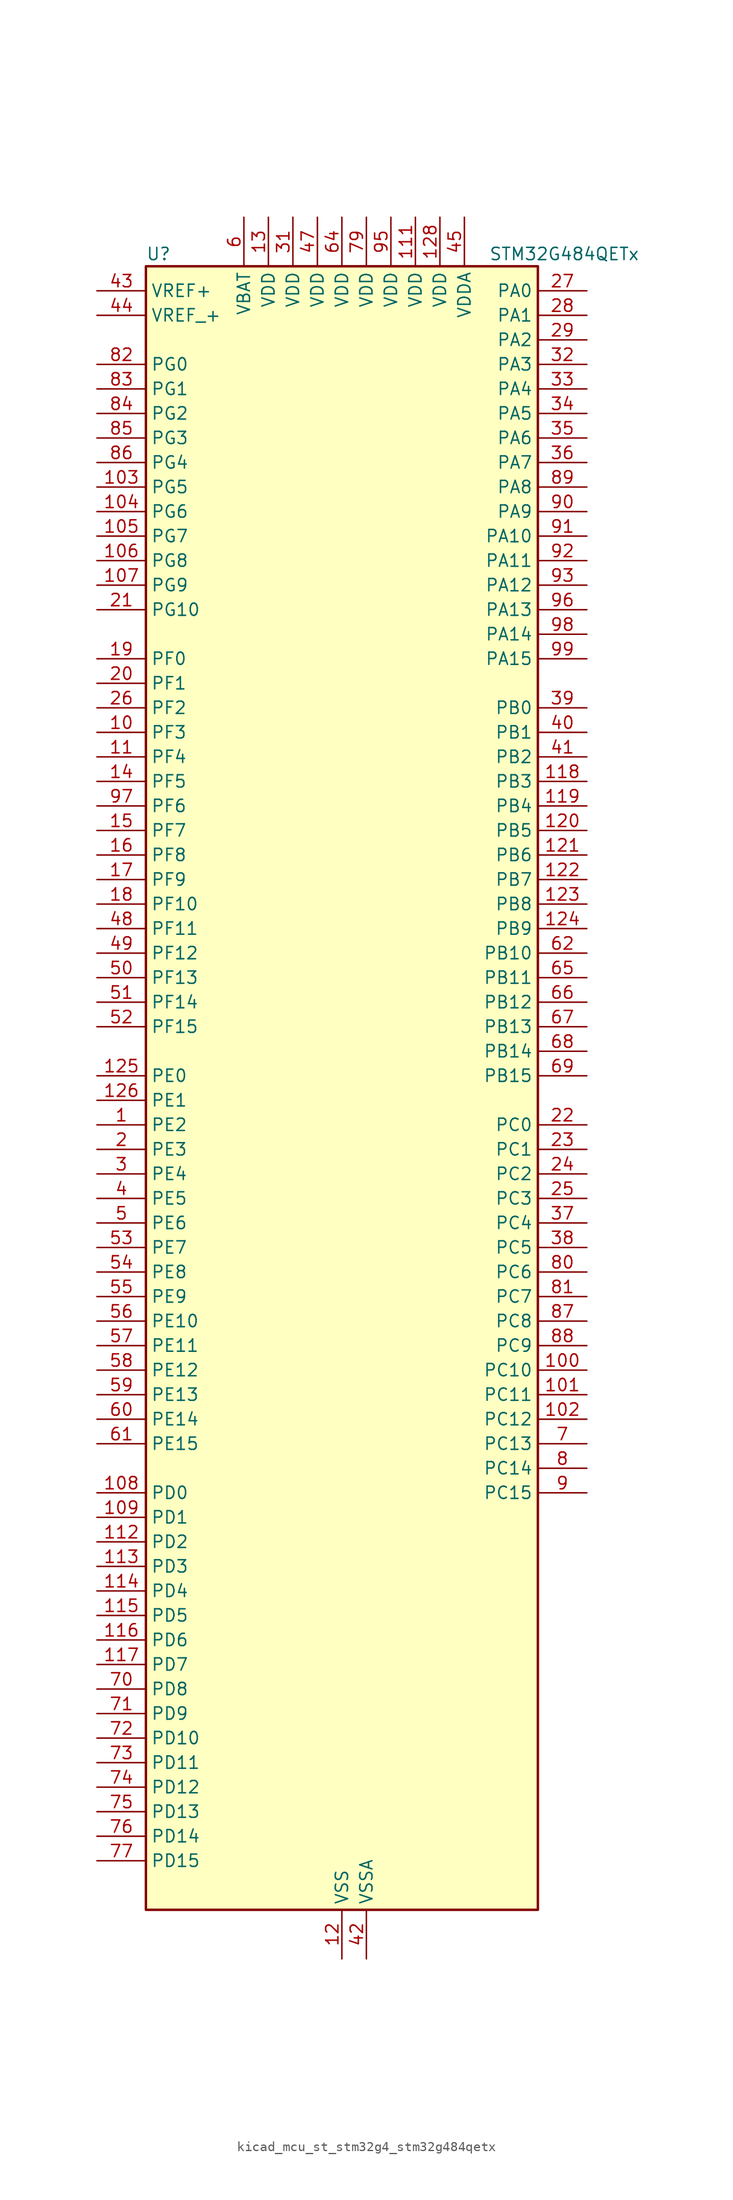
<source format=kicad_sym>
(kicad_symbol_lib
  (version 20220914)
  (generator kicad_symbol_editor)
  (symbol "kicad_mcu_st_stm32g4_stm32g484qetx"
    (property "Reference" "U"
      (at -20.32 87.63 0)
      (effects (font (size 1.27 1.27)) (justify left)))
    (property "Value" "STM32G484QETx"
      (at 15.24 87.63 0)
      (effects (font (size 1.27 1.27)) (justify left)))
    (property "ki_locked" ""
      (at 0 0 0)
      (effects (font (size 1.27 1.27))))
    (symbol "kicad_mcu_st_stm32g4_stm32g484qetx_0_1"
      (rectangle (start -20.32 -83.82) (end 20.32 86.36) (stroke (width 0.254) (type default)) (fill (type background))))
    (symbol "kicad_mcu_st_stm32g4_stm32g484qetx_1_1"
      (pin bidirectional line (at -25.4 -2.54 0) (length 5.08) (name "PE2" (effects (font (size 1.27 1.27)))) (number "1" (effects (font (size 1.27 1.27)))) (alternate "ADC3_EXTI2" bidirectional line) (alternate "ADC4_EXTI2" bidirectional line) (alternate "ADC5_EXTI2" bidirectional line) (alternate "FMC_A23" bidirectional line) (alternate "SAI1_CK1" bidirectional line) (alternate "SAI1_MCLK_A" bidirectional line) (alternate "SPI4_SCK" bidirectional line) (alternate "SYS_TRACECLK" bidirectional line) (alternate "TIM20_CH1" bidirectional line) (alternate "TIM3_CH1" bidirectional line))
      (pin bidirectional line (at -25.4 38.1 0) (length 5.08) (name "PF3" (effects (font (size 1.27 1.27)))) (number "10" (effects (font (size 1.27 1.27)))) (alternate "ADC3_EXTI3" bidirectional line) (alternate "ADC4_EXTI3" bidirectional line) (alternate "ADC5_EXTI3" bidirectional line) (alternate "FMC_A3" bidirectional line) (alternate "I2C3_SCL" bidirectional line) (alternate "TIM20_CH4" bidirectional line))
      (pin bidirectional line (at 25.4 -27.94 180) (length 5.08) (name "PC10" (effects (font (size 1.27 1.27)))) (number "100" (effects (font (size 1.27 1.27)))) (alternate "DAC1_EXTI10" bidirectional line) (alternate "DAC2_EXTI10" bidirectional line) (alternate "DAC3_EXTI10" bidirectional line) (alternate "DAC4_EXTI10" bidirectional line) (alternate "HRTIM1_FLT6" bidirectional line) (alternate "I2S3_CK" bidirectional line) (alternate "SPI3_SCK" bidirectional line) (alternate "TIM8_CH1N" bidirectional line) (alternate "UART4_TX" bidirectional line) (alternate "USART3_TX" bidirectional line))
      (pin bidirectional line (at 25.4 -30.48 180) (length 5.08) (name "PC11" (effects (font (size 1.27 1.27)))) (number "101" (effects (font (size 1.27 1.27)))) (alternate "ADC1_EXTI11" bidirectional line) (alternate "ADC2_EXTI11" bidirectional line) (alternate "HRTIM1_EEV2" bidirectional line) (alternate "I2C3_SDA" bidirectional line) (alternate "SPI3_MISO" bidirectional line) (alternate "TIM8_CH2N" bidirectional line) (alternate "UART4_RX" bidirectional line) (alternate "USART3_RX" bidirectional line))
      (pin bidirectional line (at 25.4 -33.02 180) (length 5.08) (name "PC12" (effects (font (size 1.27 1.27)))) (number "102" (effects (font (size 1.27 1.27)))) (alternate "HRTIM1_EEV1" bidirectional line) (alternate "I2S3_SD" bidirectional line) (alternate "SPI3_MOSI" bidirectional line) (alternate "TIM5_CH2" bidirectional line) (alternate "TIM8_CH3N" bidirectional line) (alternate "UART5_TX" bidirectional line) (alternate "UCPD1_FRSTX1" bidirectional line) (alternate "UCPD1_FRSTX2" bidirectional line) (alternate "USART3_CK" bidirectional line))
      (pin bidirectional line (at -25.4 63.5 0) (length 5.08) (name "PG5" (effects (font (size 1.27 1.27)))) (number "103" (effects (font (size 1.27 1.27)))) (alternate "FMC_A15" bidirectional line) (alternate "LPUART1_CTS" bidirectional line) (alternate "SPI1_NSS" bidirectional line) (alternate "TIM20_ETR" bidirectional line))
      (pin bidirectional line (at -25.4 60.96 0) (length 5.08) (name "PG6" (effects (font (size 1.27 1.27)))) (number "104" (effects (font (size 1.27 1.27)))) (alternate "FMC_INT" bidirectional line) (alternate "I2C3_SMBA" bidirectional line) (alternate "LPUART1_DE" bidirectional line) (alternate "LPUART1_RTS" bidirectional line) (alternate "TIM20_BKIN" bidirectional line))
      (pin bidirectional line (at -25.4 58.42 0) (length 5.08) (name "PG7" (effects (font (size 1.27 1.27)))) (number "105" (effects (font (size 1.27 1.27)))) (alternate "FMC_INT" bidirectional line) (alternate "I2C3_SCL" bidirectional line) (alternate "LPUART1_TX" bidirectional line) (alternate "SAI1_CK1" bidirectional line) (alternate "SAI1_MCLK_A" bidirectional line))
      (pin bidirectional line (at -25.4 55.88 0) (length 5.08) (name "PG8" (effects (font (size 1.27 1.27)))) (number "106" (effects (font (size 1.27 1.27)))) (alternate "FMC_NE3" bidirectional line) (alternate "I2C3_SDA" bidirectional line) (alternate "LPUART1_RX" bidirectional line))
      (pin bidirectional line (at -25.4 53.34 0) (length 5.08) (name "PG9" (effects (font (size 1.27 1.27)))) (number "107" (effects (font (size 1.27 1.27)))) (alternate "DAC1_EXTI9" bidirectional line) (alternate "DAC2_EXTI9" bidirectional line) (alternate "DAC3_EXTI9" bidirectional line) (alternate "DAC4_EXTI9" bidirectional line) (alternate "FMC_NCE" bidirectional line) (alternate "FMC_NE2" bidirectional line) (alternate "SPI3_SCK" bidirectional line) (alternate "TIM15_CH1N" bidirectional line) (alternate "USART1_TX" bidirectional line))
      (pin bidirectional line (at -25.4 -40.64 0) (length 5.08) (name "PD0" (effects (font (size 1.27 1.27)))) (number "108" (effects (font (size 1.27 1.27)))) (alternate "FDCAN1_RX" bidirectional line) (alternate "FMC_D2" bidirectional line) (alternate "FMC_DA2" bidirectional line) (alternate "TIM8_CH4N" bidirectional line))
      (pin bidirectional line (at -25.4 -43.18 0) (length 5.08) (name "PD1" (effects (font (size 1.27 1.27)))) (number "109" (effects (font (size 1.27 1.27)))) (alternate "FDCAN1_TX" bidirectional line) (alternate "FMC_D3" bidirectional line) (alternate "FMC_DA3" bidirectional line) (alternate "TIM8_BKIN2" bidirectional line) (alternate "TIM8_CH4" bidirectional line))
      (pin bidirectional line (at -25.4 35.56 0) (length 5.08) (name "PF4" (effects (font (size 1.27 1.27)))) (number "11" (effects (font (size 1.27 1.27)))) (alternate "COMP1_OUT" bidirectional line) (alternate "FMC_A4" bidirectional line) (alternate "I2C3_SDA" bidirectional line) (alternate "TIM20_CH1N" bidirectional line))
      (pin passive line (at 0 -88.9 90) (length 5.08) hide (name "VSS" (effects (font (size 1.27 1.27)))) (number "110" (effects (font (size 1.27 1.27)))))
      (pin power_in line (at 7.62 91.44 270) (length 5.08) (name "VDD" (effects (font (size 1.27 1.27)))) (number "111" (effects (font (size 1.27 1.27)))))
      (pin bidirectional line (at -25.4 -45.72 0) (length 5.08) (name "PD2" (effects (font (size 1.27 1.27)))) (number "112" (effects (font (size 1.27 1.27)))) (alternate "ADC3_EXTI2" bidirectional line) (alternate "ADC4_EXTI2" bidirectional line) (alternate "ADC5_EXTI2" bidirectional line) (alternate "TIM3_ETR" bidirectional line) (alternate "TIM8_BKIN" bidirectional line) (alternate "UART5_RX" bidirectional line))
      (pin bidirectional line (at -25.4 -48.26 0) (length 5.08) (name "PD3" (effects (font (size 1.27 1.27)))) (number "113" (effects (font (size 1.27 1.27)))) (alternate "ADC3_EXTI3" bidirectional line) (alternate "ADC4_EXTI3" bidirectional line) (alternate "ADC5_EXTI3" bidirectional line) (alternate "FMC_CLK" bidirectional line) (alternate "QUADSPI1_BK2_NCS" bidirectional line) (alternate "TIM2_CH1" bidirectional line) (alternate "TIM2_ETR" bidirectional line) (alternate "USART2_CTS" bidirectional line) (alternate "USART2_NSS" bidirectional line))
      (pin bidirectional line (at -25.4 -50.8 0) (length 5.08) (name "PD4" (effects (font (size 1.27 1.27)))) (number "114" (effects (font (size 1.27 1.27)))) (alternate "FMC_NOE" bidirectional line) (alternate "QUADSPI1_BK2_IO0" bidirectional line) (alternate "TIM2_CH2" bidirectional line) (alternate "USART2_DE" bidirectional line) (alternate "USART2_RTS" bidirectional line))
      (pin bidirectional line (at -25.4 -53.34 0) (length 5.08) (name "PD5" (effects (font (size 1.27 1.27)))) (number "115" (effects (font (size 1.27 1.27)))) (alternate "FMC_NWE" bidirectional line) (alternate "QUADSPI1_BK2_IO1" bidirectional line) (alternate "USART2_TX" bidirectional line))
      (pin bidirectional line (at -25.4 -55.88 0) (length 5.08) (name "PD6" (effects (font (size 1.27 1.27)))) (number "116" (effects (font (size 1.27 1.27)))) (alternate "FMC_NWAIT" bidirectional line) (alternate "QUADSPI1_BK2_IO2" bidirectional line) (alternate "SAI1_D1" bidirectional line) (alternate "SAI1_SD_A" bidirectional line) (alternate "TIM2_CH4" bidirectional line) (alternate "USART2_RX" bidirectional line))
      (pin bidirectional line (at -25.4 -58.42 0) (length 5.08) (name "PD7" (effects (font (size 1.27 1.27)))) (number "117" (effects (font (size 1.27 1.27)))) (alternate "FMC_NCE" bidirectional line) (alternate "FMC_NE1" bidirectional line) (alternate "QUADSPI1_BK2_IO3" bidirectional line) (alternate "TIM2_CH3" bidirectional line) (alternate "USART2_CK" bidirectional line))
      (pin bidirectional line (at 25.4 33.02 180) (length 5.08) (name "PB3" (effects (font (size 1.27 1.27)))) (number "118" (effects (font (size 1.27 1.27)))) (alternate "ADC3_EXTI3" bidirectional line) (alternate "ADC4_EXTI3" bidirectional line) (alternate "ADC5_EXTI3" bidirectional line) (alternate "CRS_SYNC" bidirectional line) (alternate "FDCAN3_RX" bidirectional line) (alternate "HRTIM1_EEV9" bidirectional line) (alternate "HRTIM1_SCOUT" bidirectional line) (alternate "I2S3_CK" bidirectional line) (alternate "SAI1_SCK_B" bidirectional line) (alternate "SPI1_SCK" bidirectional line) (alternate "SPI3_SCK" bidirectional line) (alternate "SYS_JTDO-SWO" bidirectional line) (alternate "TIM2_CH2" bidirectional line) (alternate "TIM3_ETR" bidirectional line) (alternate "TIM4_ETR" bidirectional line) (alternate "TIM8_CH1N" bidirectional line) (alternate "USART2_TX" bidirectional line))
      (pin bidirectional line (at 25.4 30.48 180) (length 5.08) (name "PB4" (effects (font (size 1.27 1.27)))) (number "119" (effects (font (size 1.27 1.27)))) (alternate "FDCAN3_TX" bidirectional line) (alternate "HRTIM1_EEV7" bidirectional line) (alternate "SAI1_MCLK_B" bidirectional line) (alternate "SPI1_MISO" bidirectional line) (alternate "SPI3_MISO" bidirectional line) (alternate "SYS_JTRST" bidirectional line) (alternate "TIM16_CH1" bidirectional line) (alternate "TIM17_BKIN" bidirectional line) (alternate "TIM3_CH1" bidirectional line) (alternate "TIM8_CH2N" bidirectional line) (alternate "UART5_DE" bidirectional line) (alternate "UART5_RTS" bidirectional line) (alternate "UCPD1_CC2" bidirectional line) (alternate "USART2_RX" bidirectional line))
      (pin power_in line (at 0 -88.9 90) (length 5.08) (name "VSS" (effects (font (size 1.27 1.27)))) (number "12" (effects (font (size 1.27 1.27)))))
      (pin bidirectional line (at 25.4 27.94 180) (length 5.08) (name "PB5" (effects (font (size 1.27 1.27)))) (number "120" (effects (font (size 1.27 1.27)))) (alternate "FDCAN2_RX" bidirectional line) (alternate "HRTIM1_EEV6" bidirectional line) (alternate "I2C1_SMBA" bidirectional line) (alternate "I2C3_SDA" bidirectional line) (alternate "I2S3_SD" bidirectional line) (alternate "LPTIM1_IN1" bidirectional line) (alternate "SAI1_SD_B" bidirectional line) (alternate "SPI1_MOSI" bidirectional line) (alternate "SPI3_MOSI" bidirectional line) (alternate "TIM16_BKIN" bidirectional line) (alternate "TIM17_CH1" bidirectional line) (alternate "TIM3_CH2" bidirectional line) (alternate "TIM8_CH3N" bidirectional line) (alternate "UART5_CTS" bidirectional line) (alternate "USART2_CK" bidirectional line))
      (pin bidirectional line (at 25.4 25.4 180) (length 5.08) (name "PB6" (effects (font (size 1.27 1.27)))) (number "121" (effects (font (size 1.27 1.27)))) (alternate "COMP4_OUT" bidirectional line) (alternate "FDCAN2_TX" bidirectional line) (alternate "HRTIM1_EEV4" bidirectional line) (alternate "HRTIM1_SCIN" bidirectional line) (alternate "LPTIM1_ETR" bidirectional line) (alternate "SAI1_FS_B" bidirectional line) (alternate "TIM16_CH1N" bidirectional line) (alternate "TIM4_CH1" bidirectional line) (alternate "TIM8_BKIN2" bidirectional line) (alternate "TIM8_CH1" bidirectional line) (alternate "TIM8_ETR" bidirectional line) (alternate "UCPD1_CC1" bidirectional line) (alternate "USART1_TX" bidirectional line))
      (pin bidirectional line (at 25.4 22.86 180) (length 5.08) (name "PB7" (effects (font (size 1.27 1.27)))) (number "122" (effects (font (size 1.27 1.27)))) (alternate "COMP3_OUT" bidirectional line) (alternate "FMC_NL" bidirectional line) (alternate "HRTIM1_EEV3" bidirectional line) (alternate "I2C1_SDA" bidirectional line) (alternate "I2C4_SDA" bidirectional line) (alternate "LPTIM1_IN2" bidirectional line) (alternate "SYS_PVD_IN" bidirectional line) (alternate "TIM17_CH1N" bidirectional line) (alternate "TIM3_CH4" bidirectional line) (alternate "TIM4_CH2" bidirectional line) (alternate "TIM8_BKIN" bidirectional line) (alternate "UART4_CTS" bidirectional line) (alternate "USART1_RX" bidirectional line))
      (pin bidirectional line (at 25.4 20.32 180) (length 5.08) (name "PB8" (effects (font (size 1.27 1.27)))) (number "123" (effects (font (size 1.27 1.27)))) (alternate "COMP1_OUT" bidirectional line) (alternate "FDCAN1_RX" bidirectional line) (alternate "HRTIM1_EEV8" bidirectional line) (alternate "I2C1_SCL" bidirectional line) (alternate "SAI1_CK1" bidirectional line) (alternate "SAI1_MCLK_A" bidirectional line) (alternate "TIM16_CH1" bidirectional line) (alternate "TIM1_BKIN" bidirectional line) (alternate "TIM4_CH3" bidirectional line) (alternate "TIM8_CH2" bidirectional line) (alternate "USART3_RX" bidirectional line))
      (pin bidirectional line (at 25.4 17.78 180) (length 5.08) (name "PB9" (effects (font (size 1.27 1.27)))) (number "124" (effects (font (size 1.27 1.27)))) (alternate "COMP2_OUT" bidirectional line) (alternate "DAC1_EXTI9" bidirectional line) (alternate "DAC2_EXTI9" bidirectional line) (alternate "DAC3_EXTI9" bidirectional line) (alternate "DAC4_EXTI9" bidirectional line) (alternate "FDCAN1_TX" bidirectional line) (alternate "HRTIM1_EEV5" bidirectional line) (alternate "I2C1_SDA" bidirectional line) (alternate "IR_OUT" bidirectional line) (alternate "SAI1_D2" bidirectional line) (alternate "SAI1_FS_A" bidirectional line) (alternate "TIM17_CH1" bidirectional line) (alternate "TIM1_CH3N" bidirectional line) (alternate "TIM4_CH4" bidirectional line) (alternate "TIM8_CH3" bidirectional line) (alternate "USART3_TX" bidirectional line))
      (pin bidirectional line (at -25.4 2.54 0) (length 5.08) (name "PE0" (effects (font (size 1.27 1.27)))) (number "125" (effects (font (size 1.27 1.27)))) (alternate "FMC_NBL0" bidirectional line) (alternate "TIM16_CH1" bidirectional line) (alternate "TIM20_CH4N" bidirectional line) (alternate "TIM20_ETR" bidirectional line) (alternate "TIM4_ETR" bidirectional line) (alternate "USART1_TX" bidirectional line))
      (pin bidirectional line (at -25.4 0 0) (length 5.08) (name "PE1" (effects (font (size 1.27 1.27)))) (number "126" (effects (font (size 1.27 1.27)))) (alternate "FMC_NBL1" bidirectional line) (alternate "TIM17_CH1" bidirectional line) (alternate "TIM20_CH4" bidirectional line) (alternate "USART1_RX" bidirectional line))
      (pin passive line (at 0 -88.9 90) (length 5.08) hide (name "VSS" (effects (font (size 1.27 1.27)))) (number "127" (effects (font (size 1.27 1.27)))))
      (pin power_in line (at 10.16 91.44 270) (length 5.08) (name "VDD" (effects (font (size 1.27 1.27)))) (number "128" (effects (font (size 1.27 1.27)))))
      (pin power_in line (at -7.62 91.44 270) (length 5.08) (name "VDD" (effects (font (size 1.27 1.27)))) (number "13" (effects (font (size 1.27 1.27)))))
      (pin bidirectional line (at -25.4 33.02 0) (length 5.08) (name "PF5" (effects (font (size 1.27 1.27)))) (number "14" (effects (font (size 1.27 1.27)))) (alternate "FMC_A5" bidirectional line) (alternate "TIM20_CH2N" bidirectional line))
      (pin bidirectional line (at -25.4 27.94 0) (length 5.08) (name "PF7" (effects (font (size 1.27 1.27)))) (number "15" (effects (font (size 1.27 1.27)))) (alternate "FMC_A1" bidirectional line) (alternate "QUADSPI1_BK1_IO2" bidirectional line) (alternate "SAI1_MCLK_B" bidirectional line) (alternate "TIM20_BKIN" bidirectional line) (alternate "TIM5_CH2" bidirectional line))
      (pin bidirectional line (at -25.4 25.4 0) (length 5.08) (name "PF8" (effects (font (size 1.27 1.27)))) (number "16" (effects (font (size 1.27 1.27)))) (alternate "FMC_A24" bidirectional line) (alternate "QUADSPI1_BK1_IO0" bidirectional line) (alternate "SAI1_SCK_B" bidirectional line) (alternate "TIM20_BKIN2" bidirectional line) (alternate "TIM5_CH3" bidirectional line))
      (pin bidirectional line (at -25.4 22.86 0) (length 5.08) (name "PF9" (effects (font (size 1.27 1.27)))) (number "17" (effects (font (size 1.27 1.27)))) (alternate "DAC1_EXTI9" bidirectional line) (alternate "DAC2_EXTI9" bidirectional line) (alternate "DAC3_EXTI9" bidirectional line) (alternate "DAC4_EXTI9" bidirectional line) (alternate "FMC_A25" bidirectional line) (alternate "QUADSPI1_BK1_IO1" bidirectional line) (alternate "SAI1_FS_B" bidirectional line) (alternate "SPI2_SCK" bidirectional line) (alternate "TIM15_CH1" bidirectional line) (alternate "TIM20_BKIN" bidirectional line) (alternate "TIM5_CH4" bidirectional line))
      (pin bidirectional line (at -25.4 20.32 0) (length 5.08) (name "PF10" (effects (font (size 1.27 1.27)))) (number "18" (effects (font (size 1.27 1.27)))) (alternate "DAC1_EXTI10" bidirectional line) (alternate "DAC2_EXTI10" bidirectional line) (alternate "DAC3_EXTI10" bidirectional line) (alternate "DAC4_EXTI10" bidirectional line) (alternate "FMC_A0" bidirectional line) (alternate "QUADSPI1_CLK" bidirectional line) (alternate "SAI1_D3" bidirectional line) (alternate "SPI2_SCK" bidirectional line) (alternate "TIM15_CH2" bidirectional line) (alternate "TIM20_BKIN2" bidirectional line))
      (pin bidirectional line (at -25.4 45.72 0) (length 5.08) (name "PF0" (effects (font (size 1.27 1.27)))) (number "19" (effects (font (size 1.27 1.27)))) (alternate "ADC1_IN10" bidirectional line) (alternate "I2C2_SDA" bidirectional line) (alternate "I2S2_WS" bidirectional line) (alternate "RCC_OSC_IN" bidirectional line) (alternate "SPI2_NSS" bidirectional line) (alternate "TIM1_CH3N" bidirectional line))
      (pin bidirectional line (at -25.4 -5.08 0) (length 5.08) (name "PE3" (effects (font (size 1.27 1.27)))) (number "2" (effects (font (size 1.27 1.27)))) (alternate "ADC3_EXTI3" bidirectional line) (alternate "ADC4_EXTI3" bidirectional line) (alternate "ADC5_EXTI3" bidirectional line) (alternate "FMC_A19" bidirectional line) (alternate "SAI1_SD_B" bidirectional line) (alternate "SPI4_NSS" bidirectional line) (alternate "SYS_TRACED0" bidirectional line) (alternate "TIM20_CH2" bidirectional line) (alternate "TIM3_CH2" bidirectional line))
      (pin bidirectional line (at -25.4 43.18 0) (length 5.08) (name "PF1" (effects (font (size 1.27 1.27)))) (number "20" (effects (font (size 1.27 1.27)))) (alternate "ADC2_IN10" bidirectional line) (alternate "COMP3_INM" bidirectional line) (alternate "I2S2_CK" bidirectional line) (alternate "RCC_OSC_OUT" bidirectional line) (alternate "SPI2_SCK" bidirectional line))
      (pin bidirectional line (at -25.4 50.8 0) (length 5.08) (name "PG10" (effects (font (size 1.27 1.27)))) (number "21" (effects (font (size 1.27 1.27)))) (alternate "DAC1_EXTI10" bidirectional line) (alternate "DAC2_EXTI10" bidirectional line) (alternate "DAC3_EXTI10" bidirectional line) (alternate "DAC4_EXTI10" bidirectional line) (alternate "RCC_MCO" bidirectional line))
      (pin bidirectional line (at 25.4 -2.54 180) (length 5.08) (name "PC0" (effects (font (size 1.27 1.27)))) (number "22" (effects (font (size 1.27 1.27)))) (alternate "ADC1_IN6" bidirectional line) (alternate "ADC2_IN6" bidirectional line) (alternate "COMP3_INM" bidirectional line) (alternate "LPTIM1_IN1" bidirectional line) (alternate "LPUART1_RX" bidirectional line) (alternate "TIM1_CH1" bidirectional line))
      (pin bidirectional line (at 25.4 -5.08 180) (length 5.08) (name "PC1" (effects (font (size 1.27 1.27)))) (number "23" (effects (font (size 1.27 1.27)))) (alternate "ADC1_IN7" bidirectional line) (alternate "ADC2_IN7" bidirectional line) (alternate "COMP3_INP" bidirectional line) (alternate "LPTIM1_OUT" bidirectional line) (alternate "LPUART1_TX" bidirectional line) (alternate "QUADSPI1_BK2_IO0" bidirectional line) (alternate "SAI1_SD_A" bidirectional line) (alternate "TIM1_CH2" bidirectional line))
      (pin bidirectional line (at 25.4 -7.62 180) (length 5.08) (name "PC2" (effects (font (size 1.27 1.27)))) (number "24" (effects (font (size 1.27 1.27)))) (alternate "ADC1_IN8" bidirectional line) (alternate "ADC2_IN8" bidirectional line) (alternate "ADC3_EXTI2" bidirectional line) (alternate "ADC4_EXTI2" bidirectional line) (alternate "ADC5_EXTI2" bidirectional line) (alternate "COMP3_OUT" bidirectional line) (alternate "LPTIM1_IN2" bidirectional line) (alternate "QUADSPI1_BK2_IO1" bidirectional line) (alternate "TIM1_CH3" bidirectional line) (alternate "TIM20_CH2" bidirectional line))
      (pin bidirectional line (at 25.4 -10.16 180) (length 5.08) (name "PC3" (effects (font (size 1.27 1.27)))) (number "25" (effects (font (size 1.27 1.27)))) (alternate "ADC1_IN9" bidirectional line) (alternate "ADC2_IN9" bidirectional line) (alternate "ADC3_EXTI3" bidirectional line) (alternate "ADC4_EXTI3" bidirectional line) (alternate "ADC5_EXTI3" bidirectional line) (alternate "LPTIM1_ETR" bidirectional line) (alternate "OPAMP5_VINP" bidirectional line) (alternate "OPAMP5_VINP_SEC" bidirectional line) (alternate "QUADSPI1_BK2_IO2" bidirectional line) (alternate "SAI1_D1" bidirectional line) (alternate "SAI1_SD_A" bidirectional line) (alternate "TIM1_BKIN2" bidirectional line) (alternate "TIM1_CH4" bidirectional line))
      (pin bidirectional line (at -25.4 40.64 0) (length 5.08) (name "PF2" (effects (font (size 1.27 1.27)))) (number "26" (effects (font (size 1.27 1.27)))) (alternate "ADC3_EXTI2" bidirectional line) (alternate "ADC4_EXTI2" bidirectional line) (alternate "ADC5_EXTI2" bidirectional line) (alternate "FMC_A2" bidirectional line) (alternate "I2C2_SMBA" bidirectional line) (alternate "TIM20_CH3" bidirectional line))
      (pin bidirectional line (at 25.4 83.82 180) (length 5.08) (name "PA0" (effects (font (size 1.27 1.27)))) (number "27" (effects (font (size 1.27 1.27)))) (alternate "ADC1_IN1" bidirectional line) (alternate "ADC2_IN1" bidirectional line) (alternate "COMP1_INM" bidirectional line) (alternate "COMP1_OUT" bidirectional line) (alternate "COMP3_INP" bidirectional line) (alternate "RTC_TAMP2" bidirectional line) (alternate "SYS_WKUP1" bidirectional line) (alternate "TIM2_CH1" bidirectional line) (alternate "TIM2_ETR" bidirectional line) (alternate "TIM5_CH1" bidirectional line) (alternate "TIM8_BKIN" bidirectional line) (alternate "TIM8_ETR" bidirectional line) (alternate "USART2_CTS" bidirectional line) (alternate "USART2_NSS" bidirectional line))
      (pin bidirectional line (at 25.4 81.28 180) (length 5.08) (name "PA1" (effects (font (size 1.27 1.27)))) (number "28" (effects (font (size 1.27 1.27)))) (alternate "ADC1_IN2" bidirectional line) (alternate "ADC2_IN2" bidirectional line) (alternate "COMP1_INP" bidirectional line) (alternate "OPAMP1_VINP" bidirectional line) (alternate "OPAMP1_VINP_SEC" bidirectional line) (alternate "OPAMP3_VINP" bidirectional line) (alternate "OPAMP3_VINP_SEC" bidirectional line) (alternate "OPAMP6_VINM" bidirectional line) (alternate "OPAMP6_VINM0" bidirectional line) (alternate "OPAMP6_VINM_SEC" bidirectional line) (alternate "RTC_REFIN" bidirectional line) (alternate "TIM15_CH1N" bidirectional line) (alternate "TIM2_CH2" bidirectional line) (alternate "TIM5_CH2" bidirectional line) (alternate "USART2_DE" bidirectional line) (alternate "USART2_RTS" bidirectional line))
      (pin bidirectional line (at 25.4 78.74 180) (length 5.08) (name "PA2" (effects (font (size 1.27 1.27)))) (number "29" (effects (font (size 1.27 1.27)))) (alternate "ADC1_IN3" bidirectional line) (alternate "ADC3_EXTI2" bidirectional line) (alternate "ADC4_EXTI2" bidirectional line) (alternate "ADC5_EXTI2" bidirectional line) (alternate "COMP2_INM" bidirectional line) (alternate "COMP2_OUT" bidirectional line) (alternate "LPUART1_TX" bidirectional line) (alternate "OPAMP1_VOUT" bidirectional line) (alternate "QUADSPI1_BK1_NCS" bidirectional line) (alternate "RCC_LSCO" bidirectional line) (alternate "SYS_WKUP4" bidirectional line) (alternate "TIM15_CH1" bidirectional line) (alternate "TIM2_CH3" bidirectional line) (alternate "TIM5_CH3" bidirectional line) (alternate "UCPD1_FRSTX1" bidirectional line) (alternate "UCPD1_FRSTX2" bidirectional line) (alternate "USART2_TX" bidirectional line))
      (pin bidirectional line (at -25.4 -7.62 0) (length 5.08) (name "PE4" (effects (font (size 1.27 1.27)))) (number "3" (effects (font (size 1.27 1.27)))) (alternate "FMC_A20" bidirectional line) (alternate "SAI1_D2" bidirectional line) (alternate "SAI1_FS_A" bidirectional line) (alternate "SPI4_NSS" bidirectional line) (alternate "SYS_TRACED1" bidirectional line) (alternate "TIM20_CH1N" bidirectional line) (alternate "TIM3_CH3" bidirectional line))
      (pin passive line (at 0 -88.9 90) (length 5.08) hide (name "VSS" (effects (font (size 1.27 1.27)))) (number "30" (effects (font (size 1.27 1.27)))))
      (pin power_in line (at -5.08 91.44 270) (length 5.08) (name "VDD" (effects (font (size 1.27 1.27)))) (number "31" (effects (font (size 1.27 1.27)))))
      (pin bidirectional line (at 25.4 76.2 180) (length 5.08) (name "PA3" (effects (font (size 1.27 1.27)))) (number "32" (effects (font (size 1.27 1.27)))) (alternate "ADC1_IN4" bidirectional line) (alternate "ADC3_EXTI3" bidirectional line) (alternate "ADC4_EXTI3" bidirectional line) (alternate "ADC5_EXTI3" bidirectional line) (alternate "COMP2_INP" bidirectional line) (alternate "LPUART1_RX" bidirectional line) (alternate "OPAMP1_VINM" bidirectional line) (alternate "OPAMP1_VINM0" bidirectional line) (alternate "OPAMP1_VINM_SEC" bidirectional line) (alternate "OPAMP1_VINP" bidirectional line) (alternate "OPAMP1_VINP_SEC" bidirectional line) (alternate "OPAMP5_VINM" bidirectional line) (alternate "OPAMP5_VINM1" bidirectional line) (alternate "OPAMP5_VINM_SEC" bidirectional line) (alternate "QUADSPI1_CLK" bidirectional line) (alternate "SAI1_CK1" bidirectional line) (alternate "SAI1_MCLK_A" bidirectional line) (alternate "TIM15_CH2" bidirectional line) (alternate "TIM2_CH4" bidirectional line) (alternate "TIM5_CH4" bidirectional line) (alternate "USART2_RX" bidirectional line))
      (pin bidirectional line (at 25.4 73.66 180) (length 5.08) (name "PA4" (effects (font (size 1.27 1.27)))) (number "33" (effects (font (size 1.27 1.27)))) (alternate "ADC2_IN17" bidirectional line) (alternate "COMP1_INM" bidirectional line) (alternate "DAC1_OUT1" bidirectional line) (alternate "I2S3_WS" bidirectional line) (alternate "SAI1_FS_B" bidirectional line) (alternate "SPI1_NSS" bidirectional line) (alternate "SPI3_NSS" bidirectional line) (alternate "TIM3_CH2" bidirectional line) (alternate "USART2_CK" bidirectional line))
      (pin bidirectional line (at 25.4 71.12 180) (length 5.08) (name "PA5" (effects (font (size 1.27 1.27)))) (number "34" (effects (font (size 1.27 1.27)))) (alternate "ADC2_IN13" bidirectional line) (alternate "COMP2_INM" bidirectional line) (alternate "DAC1_OUT2" bidirectional line) (alternate "OPAMP2_VINM" bidirectional line) (alternate "OPAMP2_VINM0" bidirectional line) (alternate "OPAMP2_VINM_SEC" bidirectional line) (alternate "SPI1_SCK" bidirectional line) (alternate "TIM2_CH1" bidirectional line) (alternate "TIM2_ETR" bidirectional line) (alternate "UCPD1_FRSTX1" bidirectional line) (alternate "UCPD1_FRSTX2" bidirectional line))
      (pin bidirectional line (at 25.4 68.58 180) (length 5.08) (name "PA6" (effects (font (size 1.27 1.27)))) (number "35" (effects (font (size 1.27 1.27)))) (alternate "ADC2_IN3" bidirectional line) (alternate "COMP1_OUT" bidirectional line) (alternate "DAC2_OUT1" bidirectional line) (alternate "LPUART1_CTS" bidirectional line) (alternate "OPAMP2_VOUT" bidirectional line) (alternate "QUADSPI1_BK1_IO3" bidirectional line) (alternate "SPI1_MISO" bidirectional line) (alternate "TIM16_CH1" bidirectional line) (alternate "TIM1_BKIN" bidirectional line) (alternate "TIM3_CH1" bidirectional line) (alternate "TIM8_BKIN" bidirectional line))
      (pin bidirectional line (at 25.4 66.04 180) (length 5.08) (name "PA7" (effects (font (size 1.27 1.27)))) (number "36" (effects (font (size 1.27 1.27)))) (alternate "ADC2_IN4" bidirectional line) (alternate "COMP2_INP" bidirectional line) (alternate "COMP2_OUT" bidirectional line) (alternate "OPAMP1_VINP" bidirectional line) (alternate "OPAMP1_VINP_SEC" bidirectional line) (alternate "OPAMP2_VINP" bidirectional line) (alternate "OPAMP2_VINP_SEC" bidirectional line) (alternate "QUADSPI1_BK1_IO2" bidirectional line) (alternate "SPI1_MOSI" bidirectional line) (alternate "TIM17_CH1" bidirectional line) (alternate "TIM1_CH1N" bidirectional line) (alternate "TIM3_CH2" bidirectional line) (alternate "TIM8_CH1N" bidirectional line) (alternate "UCPD1_FRSTX1" bidirectional line) (alternate "UCPD1_FRSTX2" bidirectional line))
      (pin bidirectional line (at 25.4 -12.7 180) (length 5.08) (name "PC4" (effects (font (size 1.27 1.27)))) (number "37" (effects (font (size 1.27 1.27)))) (alternate "ADC2_IN5" bidirectional line) (alternate "I2C2_SCL" bidirectional line) (alternate "QUADSPI1_BK2_IO3" bidirectional line) (alternate "TIM1_ETR" bidirectional line) (alternate "USART1_TX" bidirectional line))
      (pin bidirectional line (at 25.4 -15.24 180) (length 5.08) (name "PC5" (effects (font (size 1.27 1.27)))) (number "38" (effects (font (size 1.27 1.27)))) (alternate "ADC2_IN11" bidirectional line) (alternate "HRTIM1_EEV10" bidirectional line) (alternate "OPAMP1_VINM" bidirectional line) (alternate "OPAMP1_VINM1" bidirectional line) (alternate "OPAMP1_VINM_SEC" bidirectional line) (alternate "OPAMP2_VINM" bidirectional line) (alternate "OPAMP2_VINM1" bidirectional line) (alternate "OPAMP2_VINM_SEC" bidirectional line) (alternate "SAI1_D3" bidirectional line) (alternate "SYS_WKUP5" bidirectional line) (alternate "TIM15_BKIN" bidirectional line) (alternate "TIM1_CH4N" bidirectional line) (alternate "USART1_RX" bidirectional line))
      (pin bidirectional line (at 25.4 40.64 180) (length 5.08) (name "PB0" (effects (font (size 1.27 1.27)))) (number "39" (effects (font (size 1.27 1.27)))) (alternate "ADC1_IN15" bidirectional line) (alternate "ADC3_IN12" bidirectional line) (alternate "COMP4_INP" bidirectional line) (alternate "HRTIM1_FLT5" bidirectional line) (alternate "OPAMP2_VINP" bidirectional line) (alternate "OPAMP2_VINP_SEC" bidirectional line) (alternate "OPAMP3_VINP" bidirectional line) (alternate "OPAMP3_VINP_SEC" bidirectional line) (alternate "QUADSPI1_BK1_IO1" bidirectional line) (alternate "TIM1_CH2N" bidirectional line) (alternate "TIM3_CH3" bidirectional line) (alternate "TIM8_CH2N" bidirectional line) (alternate "UCPD1_FRSTX1" bidirectional line) (alternate "UCPD1_FRSTX2" bidirectional line))
      (pin bidirectional line (at -25.4 -10.16 0) (length 5.08) (name "PE5" (effects (font (size 1.27 1.27)))) (number "4" (effects (font (size 1.27 1.27)))) (alternate "FMC_A21" bidirectional line) (alternate "SAI1_CK2" bidirectional line) (alternate "SAI1_SCK_A" bidirectional line) (alternate "SPI4_MISO" bidirectional line) (alternate "SYS_TRACED2" bidirectional line) (alternate "TIM20_CH2N" bidirectional line) (alternate "TIM3_CH4" bidirectional line))
      (pin bidirectional line (at 25.4 38.1 180) (length 5.08) (name "PB1" (effects (font (size 1.27 1.27)))) (number "40" (effects (font (size 1.27 1.27)))) (alternate "ADC1_IN12" bidirectional line) (alternate "ADC3_IN1" bidirectional line) (alternate "COMP1_INP" bidirectional line) (alternate "COMP4_OUT" bidirectional line) (alternate "HRTIM1_SCOUT" bidirectional line) (alternate "LPUART1_DE" bidirectional line) (alternate "LPUART1_RTS" bidirectional line) (alternate "OPAMP3_VOUT" bidirectional line) (alternate "OPAMP6_VINM" bidirectional line) (alternate "OPAMP6_VINM1" bidirectional line) (alternate "OPAMP6_VINM_SEC" bidirectional line) (alternate "QUADSPI1_BK1_IO0" bidirectional line) (alternate "TIM1_CH3N" bidirectional line) (alternate "TIM3_CH4" bidirectional line) (alternate "TIM8_CH3N" bidirectional line))
      (pin bidirectional line (at 25.4 35.56 180) (length 5.08) (name "PB2" (effects (font (size 1.27 1.27)))) (number "41" (effects (font (size 1.27 1.27)))) (alternate "ADC2_IN12" bidirectional line) (alternate "ADC3_EXTI2" bidirectional line) (alternate "ADC4_EXTI2" bidirectional line) (alternate "ADC5_EXTI2" bidirectional line) (alternate "COMP4_INM" bidirectional line) (alternate "HRTIM1_SCIN" bidirectional line) (alternate "I2C3_SMBA" bidirectional line) (alternate "LPTIM1_OUT" bidirectional line) (alternate "OPAMP3_VINM" bidirectional line) (alternate "OPAMP3_VINM0" bidirectional line) (alternate "OPAMP3_VINM_SEC" bidirectional line) (alternate "QUADSPI1_BK2_IO1" bidirectional line) (alternate "RTC_OUT2" bidirectional line) (alternate "TIM20_CH1" bidirectional line) (alternate "TIM5_CH1" bidirectional line))
      (pin power_in line (at 2.54 -88.9 90) (length 5.08) (name "VSSA" (effects (font (size 1.27 1.27)))) (number "42" (effects (font (size 1.27 1.27)))))
      (pin input line (at -25.4 83.82 0) (length 5.08) (name "VREF+" (effects (font (size 1.27 1.27)))) (number "43" (effects (font (size 1.27 1.27)))) (alternate "VREFBUF_OUT1" bidirectional line))
      (pin input line (at -25.4 81.28 0) (length 5.08) (name "VREF_+" (effects (font (size 1.27 1.27)))) (number "44" (effects (font (size 1.27 1.27)))) (alternate "VREFBUF_OUT2" bidirectional line))
      (pin power_in line (at 12.7 91.44 270) (length 5.08) (name "VDDA" (effects (font (size 1.27 1.27)))) (number "45" (effects (font (size 1.27 1.27)))))
      (pin passive line (at 0 -88.9 90) (length 5.08) hide (name "VSS" (effects (font (size 1.27 1.27)))) (number "46" (effects (font (size 1.27 1.27)))))
      (pin power_in line (at -2.54 91.44 270) (length 5.08) (name "VDD" (effects (font (size 1.27 1.27)))) (number "47" (effects (font (size 1.27 1.27)))))
      (pin bidirectional line (at -25.4 17.78 0) (length 5.08) (name "PF11" (effects (font (size 1.27 1.27)))) (number "48" (effects (font (size 1.27 1.27)))) (alternate "ADC1_EXTI11" bidirectional line) (alternate "ADC2_EXTI11" bidirectional line) (alternate "FMC_NE4" bidirectional line) (alternate "TIM20_ETR" bidirectional line))
      (pin bidirectional line (at -25.4 15.24 0) (length 5.08) (name "PF12" (effects (font (size 1.27 1.27)))) (number "49" (effects (font (size 1.27 1.27)))) (alternate "FMC_A6" bidirectional line) (alternate "TIM20_CH1" bidirectional line))
      (pin bidirectional line (at -25.4 -12.7 0) (length 5.08) (name "PE6" (effects (font (size 1.27 1.27)))) (number "5" (effects (font (size 1.27 1.27)))) (alternate "FMC_A22" bidirectional line) (alternate "RTC_TAMP3" bidirectional line) (alternate "SAI1_D1" bidirectional line) (alternate "SAI1_SD_A" bidirectional line) (alternate "SPI4_MOSI" bidirectional line) (alternate "SYS_TRACED3" bidirectional line) (alternate "SYS_WKUP3" bidirectional line) (alternate "TIM20_CH3N" bidirectional line))
      (pin bidirectional line (at -25.4 12.7 0) (length 5.08) (name "PF13" (effects (font (size 1.27 1.27)))) (number "50" (effects (font (size 1.27 1.27)))) (alternate "FMC_A7" bidirectional line) (alternate "I2C4_SMBA" bidirectional line) (alternate "TIM20_CH2" bidirectional line))
      (pin bidirectional line (at -25.4 10.16 0) (length 5.08) (name "PF14" (effects (font (size 1.27 1.27)))) (number "51" (effects (font (size 1.27 1.27)))) (alternate "FMC_A8" bidirectional line) (alternate "I2C4_SCL" bidirectional line) (alternate "TIM20_CH3" bidirectional line))
      (pin bidirectional line (at -25.4 7.62 0) (length 5.08) (name "PF15" (effects (font (size 1.27 1.27)))) (number "52" (effects (font (size 1.27 1.27)))) (alternate "ADC1_EXTI15" bidirectional line) (alternate "ADC2_EXTI15" bidirectional line) (alternate "FMC_A9" bidirectional line) (alternate "I2C4_SDA" bidirectional line) (alternate "TIM20_CH4" bidirectional line))
      (pin bidirectional line (at -25.4 -15.24 0) (length 5.08) (name "PE7" (effects (font (size 1.27 1.27)))) (number "53" (effects (font (size 1.27 1.27)))) (alternate "ADC3_IN4" bidirectional line) (alternate "COMP4_INP" bidirectional line) (alternate "FMC_D4" bidirectional line) (alternate "FMC_DA4" bidirectional line) (alternate "SAI1_SD_B" bidirectional line) (alternate "TIM1_ETR" bidirectional line))
      (pin bidirectional line (at -25.4 -17.78 0) (length 5.08) (name "PE8" (effects (font (size 1.27 1.27)))) (number "54" (effects (font (size 1.27 1.27)))) (alternate "ADC3_IN6" bidirectional line) (alternate "ADC4_IN6" bidirectional line) (alternate "ADC5_IN6" bidirectional line) (alternate "COMP4_INM" bidirectional line) (alternate "FMC_D5" bidirectional line) (alternate "FMC_DA5" bidirectional line) (alternate "SAI1_SCK_B" bidirectional line) (alternate "TIM1_CH1N" bidirectional line) (alternate "TIM5_CH3" bidirectional line))
      (pin bidirectional line (at -25.4 -20.32 0) (length 5.08) (name "PE9" (effects (font (size 1.27 1.27)))) (number "55" (effects (font (size 1.27 1.27)))) (alternate "ADC3_IN2" bidirectional line) (alternate "DAC1_EXTI9" bidirectional line) (alternate "DAC2_EXTI9" bidirectional line) (alternate "DAC3_EXTI9" bidirectional line) (alternate "DAC4_EXTI9" bidirectional line) (alternate "FMC_D6" bidirectional line) (alternate "FMC_DA6" bidirectional line) (alternate "SAI1_FS_B" bidirectional line) (alternate "TIM1_CH1" bidirectional line) (alternate "TIM5_CH4" bidirectional line))
      (pin bidirectional line (at -25.4 -22.86 0) (length 5.08) (name "PE10" (effects (font (size 1.27 1.27)))) (number "56" (effects (font (size 1.27 1.27)))) (alternate "ADC3_IN14" bidirectional line) (alternate "ADC4_IN14" bidirectional line) (alternate "ADC5_IN14" bidirectional line) (alternate "DAC1_EXTI10" bidirectional line) (alternate "DAC2_EXTI10" bidirectional line) (alternate "DAC3_EXTI10" bidirectional line) (alternate "DAC4_EXTI10" bidirectional line) (alternate "FMC_D7" bidirectional line) (alternate "FMC_DA7" bidirectional line) (alternate "QUADSPI1_CLK" bidirectional line) (alternate "SAI1_MCLK_B" bidirectional line) (alternate "TIM1_CH2N" bidirectional line))
      (pin bidirectional line (at -25.4 -25.4 0) (length 5.08) (name "PE11" (effects (font (size 1.27 1.27)))) (number "57" (effects (font (size 1.27 1.27)))) (alternate "ADC1_EXTI11" bidirectional line) (alternate "ADC2_EXTI11" bidirectional line) (alternate "ADC3_IN15" bidirectional line) (alternate "ADC4_IN15" bidirectional line) (alternate "ADC5_IN15" bidirectional line) (alternate "FMC_D8" bidirectional line) (alternate "FMC_DA8" bidirectional line) (alternate "QUADSPI1_BK1_NCS" bidirectional line) (alternate "SPI4_NSS" bidirectional line) (alternate "TIM1_CH2" bidirectional line))
      (pin bidirectional line (at -25.4 -27.94 0) (length 5.08) (name "PE12" (effects (font (size 1.27 1.27)))) (number "58" (effects (font (size 1.27 1.27)))) (alternate "ADC3_IN16" bidirectional line) (alternate "ADC4_IN16" bidirectional line) (alternate "ADC5_IN16" bidirectional line) (alternate "FMC_D9" bidirectional line) (alternate "FMC_DA9" bidirectional line) (alternate "QUADSPI1_BK1_IO0" bidirectional line) (alternate "SPI4_SCK" bidirectional line) (alternate "TIM1_CH3N" bidirectional line))
      (pin bidirectional line (at -25.4 -30.48 0) (length 5.08) (name "PE13" (effects (font (size 1.27 1.27)))) (number "59" (effects (font (size 1.27 1.27)))) (alternate "ADC3_IN3" bidirectional line) (alternate "FMC_D10" bidirectional line) (alternate "FMC_DA10" bidirectional line) (alternate "QUADSPI1_BK1_IO1" bidirectional line) (alternate "SPI4_MISO" bidirectional line) (alternate "TIM1_CH3" bidirectional line))
      (pin power_in line (at -10.16 91.44 270) (length 5.08) (name "VBAT" (effects (font (size 1.27 1.27)))) (number "6" (effects (font (size 1.27 1.27)))))
      (pin bidirectional line (at -25.4 -33.02 0) (length 5.08) (name "PE14" (effects (font (size 1.27 1.27)))) (number "60" (effects (font (size 1.27 1.27)))) (alternate "ADC4_IN1" bidirectional line) (alternate "FMC_D11" bidirectional line) (alternate "FMC_DA11" bidirectional line) (alternate "QUADSPI1_BK1_IO2" bidirectional line) (alternate "SPI4_MOSI" bidirectional line) (alternate "TIM1_BKIN2" bidirectional line) (alternate "TIM1_CH4" bidirectional line))
      (pin bidirectional line (at -25.4 -35.56 0) (length 5.08) (name "PE15" (effects (font (size 1.27 1.27)))) (number "61" (effects (font (size 1.27 1.27)))) (alternate "ADC1_EXTI15" bidirectional line) (alternate "ADC2_EXTI15" bidirectional line) (alternate "ADC4_IN2" bidirectional line) (alternate "FMC_D12" bidirectional line) (alternate "FMC_DA12" bidirectional line) (alternate "QUADSPI1_BK1_IO3" bidirectional line) (alternate "TIM1_BKIN" bidirectional line) (alternate "TIM1_CH4N" bidirectional line) (alternate "USART3_RX" bidirectional line))
      (pin bidirectional line (at 25.4 15.24 180) (length 5.08) (name "PB10" (effects (font (size 1.27 1.27)))) (number "62" (effects (font (size 1.27 1.27)))) (alternate "COMP5_INM" bidirectional line) (alternate "DAC1_EXTI10" bidirectional line) (alternate "DAC2_EXTI10" bidirectional line) (alternate "DAC3_EXTI10" bidirectional line) (alternate "DAC4_EXTI10" bidirectional line) (alternate "HRTIM1_FLT3" bidirectional line) (alternate "LPUART1_RX" bidirectional line) (alternate "OPAMP3_VINM" bidirectional line) (alternate "OPAMP3_VINM1" bidirectional line) (alternate "OPAMP3_VINM_SEC" bidirectional line) (alternate "OPAMP4_VINM" bidirectional line) (alternate "OPAMP4_VINM0" bidirectional line) (alternate "OPAMP4_VINM_SEC" bidirectional line) (alternate "QUADSPI1_CLK" bidirectional line) (alternate "SAI1_SCK_A" bidirectional line) (alternate "TIM1_BKIN" bidirectional line) (alternate "TIM2_CH3" bidirectional line) (alternate "USART3_TX" bidirectional line))
      (pin passive line (at 0 -88.9 90) (length 5.08) hide (name "VSS" (effects (font (size 1.27 1.27)))) (number "63" (effects (font (size 1.27 1.27)))))
      (pin power_in line (at 0 91.44 270) (length 5.08) (name "VDD" (effects (font (size 1.27 1.27)))) (number "64" (effects (font (size 1.27 1.27)))))
      (pin bidirectional line (at 25.4 12.7 180) (length 5.08) (name "PB11" (effects (font (size 1.27 1.27)))) (number "65" (effects (font (size 1.27 1.27)))) (alternate "ADC1_EXTI11" bidirectional line) (alternate "ADC1_IN14" bidirectional line) (alternate "ADC2_EXTI11" bidirectional line) (alternate "ADC2_IN14" bidirectional line) (alternate "COMP6_INP" bidirectional line) (alternate "HRTIM1_FLT4" bidirectional line) (alternate "LPUART1_TX" bidirectional line) (alternate "OPAMP4_VINP" bidirectional line) (alternate "OPAMP4_VINP_SEC" bidirectional line) (alternate "OPAMP6_VOUT" bidirectional line) (alternate "QUADSPI1_BK1_NCS" bidirectional line) (alternate "TIM2_CH4" bidirectional line) (alternate "USART3_RX" bidirectional line))
      (pin bidirectional line (at 25.4 10.16 180) (length 5.08) (name "PB12" (effects (font (size 1.27 1.27)))) (number "66" (effects (font (size 1.27 1.27)))) (alternate "ADC1_IN11" bidirectional line) (alternate "ADC4_IN3" bidirectional line) (alternate "COMP7_INM" bidirectional line) (alternate "FDCAN2_RX" bidirectional line) (alternate "HRTIM1_CHC1" bidirectional line) (alternate "I2C2_SMBA" bidirectional line) (alternate "I2S2_WS" bidirectional line) (alternate "LPUART1_DE" bidirectional line) (alternate "LPUART1_RTS" bidirectional line) (alternate "OPAMP4_VOUT" bidirectional line) (alternate "OPAMP6_VINP" bidirectional line) (alternate "OPAMP6_VINP_SEC" bidirectional line) (alternate "SPI2_NSS" bidirectional line) (alternate "TIM1_BKIN" bidirectional line) (alternate "TIM5_ETR" bidirectional line) (alternate "USART3_CK" bidirectional line))
      (pin bidirectional line (at 25.4 7.62 180) (length 5.08) (name "PB13" (effects (font (size 1.27 1.27)))) (number "67" (effects (font (size 1.27 1.27)))) (alternate "ADC3_IN5" bidirectional line) (alternate "COMP5_INP" bidirectional line) (alternate "FDCAN2_TX" bidirectional line) (alternate "HRTIM1_CHC2" bidirectional line) (alternate "I2S2_CK" bidirectional line) (alternate "LPUART1_CTS" bidirectional line) (alternate "OPAMP3_VINP" bidirectional line) (alternate "OPAMP3_VINP_SEC" bidirectional line) (alternate "OPAMP4_VINP" bidirectional line) (alternate "OPAMP4_VINP_SEC" bidirectional line) (alternate "OPAMP6_VINP" bidirectional line) (alternate "OPAMP6_VINP_SEC" bidirectional line) (alternate "SPI2_SCK" bidirectional line) (alternate "TIM1_CH1N" bidirectional line) (alternate "USART3_CTS" bidirectional line) (alternate "USART3_NSS" bidirectional line))
      (pin bidirectional line (at 25.4 5.08 180) (length 5.08) (name "PB14" (effects (font (size 1.27 1.27)))) (number "68" (effects (font (size 1.27 1.27)))) (alternate "ADC1_IN5" bidirectional line) (alternate "ADC4_IN4" bidirectional line) (alternate "COMP4_OUT" bidirectional line) (alternate "COMP7_INP" bidirectional line) (alternate "HRTIM1_CHD1" bidirectional line) (alternate "OPAMP2_VINP" bidirectional line) (alternate "OPAMP2_VINP_SEC" bidirectional line) (alternate "OPAMP5_VINP" bidirectional line) (alternate "OPAMP5_VINP_SEC" bidirectional line) (alternate "SPI2_MISO" bidirectional line) (alternate "TIM15_CH1" bidirectional line) (alternate "TIM1_CH2N" bidirectional line) (alternate "USART3_DE" bidirectional line) (alternate "USART3_RTS" bidirectional line))
      (pin bidirectional line (at 25.4 2.54 180) (length 5.08) (name "PB15" (effects (font (size 1.27 1.27)))) (number "69" (effects (font (size 1.27 1.27)))) (alternate "ADC1_EXTI15" bidirectional line) (alternate "ADC2_EXTI15" bidirectional line) (alternate "ADC2_IN15" bidirectional line) (alternate "ADC4_IN5" bidirectional line) (alternate "COMP3_OUT" bidirectional line) (alternate "COMP6_INM" bidirectional line) (alternate "HRTIM1_CHD2" bidirectional line) (alternate "I2S2_SD" bidirectional line) (alternate "OPAMP5_VINM" bidirectional line) (alternate "OPAMP5_VINM0" bidirectional line) (alternate "OPAMP5_VINM_SEC" bidirectional line) (alternate "RTC_REFIN" bidirectional line) (alternate "SPI2_MOSI" bidirectional line) (alternate "TIM15_CH1N" bidirectional line) (alternate "TIM15_CH2" bidirectional line) (alternate "TIM1_CH3N" bidirectional line))
      (pin bidirectional line (at 25.4 -35.56 180) (length 5.08) (name "PC13" (effects (font (size 1.27 1.27)))) (number "7" (effects (font (size 1.27 1.27)))) (alternate "RTC_OUT1" bidirectional line) (alternate "RTC_TAMP1" bidirectional line) (alternate "RTC_TS" bidirectional line) (alternate "SYS_WKUP2" bidirectional line) (alternate "TIM1_BKIN" bidirectional line) (alternate "TIM1_CH1N" bidirectional line) (alternate "TIM8_CH4N" bidirectional line))
      (pin bidirectional line (at -25.4 -60.96 0) (length 5.08) (name "PD8" (effects (font (size 1.27 1.27)))) (number "70" (effects (font (size 1.27 1.27)))) (alternate "ADC4_IN12" bidirectional line) (alternate "ADC5_IN12" bidirectional line) (alternate "FMC_D13" bidirectional line) (alternate "FMC_DA13" bidirectional line) (alternate "OPAMP4_VINM" bidirectional line) (alternate "OPAMP4_VINM1" bidirectional line) (alternate "OPAMP4_VINM_SEC" bidirectional line) (alternate "USART3_TX" bidirectional line))
      (pin bidirectional line (at -25.4 -63.5 0) (length 5.08) (name "PD9" (effects (font (size 1.27 1.27)))) (number "71" (effects (font (size 1.27 1.27)))) (alternate "ADC4_IN13" bidirectional line) (alternate "ADC5_IN13" bidirectional line) (alternate "DAC1_EXTI9" bidirectional line) (alternate "DAC2_EXTI9" bidirectional line) (alternate "DAC3_EXTI9" bidirectional line) (alternate "DAC4_EXTI9" bidirectional line) (alternate "FMC_D14" bidirectional line) (alternate "FMC_DA14" bidirectional line) (alternate "OPAMP6_VINP" bidirectional line) (alternate "OPAMP6_VINP_SEC" bidirectional line) (alternate "USART3_RX" bidirectional line))
      (pin bidirectional line (at -25.4 -66.04 0) (length 5.08) (name "PD10" (effects (font (size 1.27 1.27)))) (number "72" (effects (font (size 1.27 1.27)))) (alternate "ADC3_IN7" bidirectional line) (alternate "ADC4_IN7" bidirectional line) (alternate "ADC5_IN7" bidirectional line) (alternate "COMP6_INM" bidirectional line) (alternate "DAC1_EXTI10" bidirectional line) (alternate "DAC2_EXTI10" bidirectional line) (alternate "DAC3_EXTI10" bidirectional line) (alternate "DAC4_EXTI10" bidirectional line) (alternate "FMC_D15" bidirectional line) (alternate "FMC_DA15" bidirectional line) (alternate "USART3_CK" bidirectional line))
      (pin bidirectional line (at -25.4 -68.58 0) (length 5.08) (name "PD11" (effects (font (size 1.27 1.27)))) (number "73" (effects (font (size 1.27 1.27)))) (alternate "ADC1_EXTI11" bidirectional line) (alternate "ADC2_EXTI11" bidirectional line) (alternate "ADC3_IN8" bidirectional line) (alternate "ADC4_IN8" bidirectional line) (alternate "ADC5_IN8" bidirectional line) (alternate "COMP6_INP" bidirectional line) (alternate "FMC_A16" bidirectional line) (alternate "FMC_CLE" bidirectional line) (alternate "I2C4_SMBA" bidirectional line) (alternate "OPAMP4_VINP" bidirectional line) (alternate "OPAMP4_VINP_SEC" bidirectional line) (alternate "TIM5_ETR" bidirectional line) (alternate "USART3_CTS" bidirectional line) (alternate "USART3_NSS" bidirectional line))
      (pin bidirectional line (at -25.4 -71.12 0) (length 5.08) (name "PD12" (effects (font (size 1.27 1.27)))) (number "74" (effects (font (size 1.27 1.27)))) (alternate "ADC3_IN9" bidirectional line) (alternate "ADC4_IN9" bidirectional line) (alternate "ADC5_IN9" bidirectional line) (alternate "COMP5_INP" bidirectional line) (alternate "FMC_A17" bidirectional line) (alternate "FMC_ALE" bidirectional line) (alternate "OPAMP5_VINP" bidirectional line) (alternate "OPAMP5_VINP_SEC" bidirectional line) (alternate "TIM4_CH1" bidirectional line) (alternate "USART3_DE" bidirectional line) (alternate "USART3_RTS" bidirectional line))
      (pin bidirectional line (at -25.4 -73.66 0) (length 5.08) (name "PD13" (effects (font (size 1.27 1.27)))) (number "75" (effects (font (size 1.27 1.27)))) (alternate "ADC3_IN10" bidirectional line) (alternate "ADC4_IN10" bidirectional line) (alternate "ADC5_IN10" bidirectional line) (alternate "COMP5_INM" bidirectional line) (alternate "FMC_A18" bidirectional line) (alternate "TIM4_CH2" bidirectional line))
      (pin bidirectional line (at -25.4 -76.2 0) (length 5.08) (name "PD14" (effects (font (size 1.27 1.27)))) (number "76" (effects (font (size 1.27 1.27)))) (alternate "ADC3_IN11" bidirectional line) (alternate "ADC4_IN11" bidirectional line) (alternate "ADC5_IN11" bidirectional line) (alternate "COMP7_INP" bidirectional line) (alternate "FMC_D0" bidirectional line) (alternate "FMC_DA0" bidirectional line) (alternate "OPAMP2_VINP" bidirectional line) (alternate "OPAMP2_VINP_SEC" bidirectional line) (alternate "TIM4_CH3" bidirectional line))
      (pin bidirectional line (at -25.4 -78.74 0) (length 5.08) (name "PD15" (effects (font (size 1.27 1.27)))) (number "77" (effects (font (size 1.27 1.27)))) (alternate "ADC1_EXTI15" bidirectional line) (alternate "ADC2_EXTI15" bidirectional line) (alternate "COMP7_INM" bidirectional line) (alternate "FMC_D1" bidirectional line) (alternate "FMC_DA1" bidirectional line) (alternate "SPI2_NSS" bidirectional line) (alternate "TIM4_CH4" bidirectional line))
      (pin passive line (at 0 -88.9 90) (length 5.08) hide (name "VSS" (effects (font (size 1.27 1.27)))) (number "78" (effects (font (size 1.27 1.27)))))
      (pin power_in line (at 2.54 91.44 270) (length 5.08) (name "VDD" (effects (font (size 1.27 1.27)))) (number "79" (effects (font (size 1.27 1.27)))))
      (pin bidirectional line (at 25.4 -38.1 180) (length 5.08) (name "PC14" (effects (font (size 1.27 1.27)))) (number "8" (effects (font (size 1.27 1.27)))) (alternate "RCC_OSC32_IN" bidirectional line))
      (pin bidirectional line (at 25.4 -17.78 180) (length 5.08) (name "PC6" (effects (font (size 1.27 1.27)))) (number "80" (effects (font (size 1.27 1.27)))) (alternate "COMP6_OUT" bidirectional line) (alternate "HRTIM1_CHF1" bidirectional line) (alternate "HRTIM1_EEV10" bidirectional line) (alternate "I2C4_SCL" bidirectional line) (alternate "I2S2_MCK" bidirectional line) (alternate "TIM3_CH1" bidirectional line) (alternate "TIM8_CH1" bidirectional line))
      (pin bidirectional line (at 25.4 -20.32 180) (length 5.08) (name "PC7" (effects (font (size 1.27 1.27)))) (number "81" (effects (font (size 1.27 1.27)))) (alternate "COMP5_OUT" bidirectional line) (alternate "HRTIM1_CHF2" bidirectional line) (alternate "HRTIM1_FLT5" bidirectional line) (alternate "I2C4_SDA" bidirectional line) (alternate "I2S3_MCK" bidirectional line) (alternate "TIM3_CH2" bidirectional line) (alternate "TIM8_CH2" bidirectional line))
      (pin bidirectional line (at -25.4 76.2 0) (length 5.08) (name "PG0" (effects (font (size 1.27 1.27)))) (number "82" (effects (font (size 1.27 1.27)))) (alternate "FMC_A10" bidirectional line) (alternate "TIM20_CH1N" bidirectional line))
      (pin bidirectional line (at -25.4 73.66 0) (length 5.08) (name "PG1" (effects (font (size 1.27 1.27)))) (number "83" (effects (font (size 1.27 1.27)))) (alternate "FMC_A11" bidirectional line) (alternate "TIM20_CH2N" bidirectional line))
      (pin bidirectional line (at -25.4 71.12 0) (length 5.08) (name "PG2" (effects (font (size 1.27 1.27)))) (number "84" (effects (font (size 1.27 1.27)))) (alternate "ADC3_EXTI2" bidirectional line) (alternate "ADC4_EXTI2" bidirectional line) (alternate "ADC5_EXTI2" bidirectional line) (alternate "FMC_A12" bidirectional line) (alternate "SPI1_SCK" bidirectional line) (alternate "TIM20_CH3N" bidirectional line))
      (pin bidirectional line (at -25.4 68.58 0) (length 5.08) (name "PG3" (effects (font (size 1.27 1.27)))) (number "85" (effects (font (size 1.27 1.27)))) (alternate "ADC3_EXTI3" bidirectional line) (alternate "ADC4_EXTI3" bidirectional line) (alternate "ADC5_EXTI3" bidirectional line) (alternate "FMC_A13" bidirectional line) (alternate "I2C4_SCL" bidirectional line) (alternate "SPI1_MISO" bidirectional line) (alternate "TIM20_BKIN" bidirectional line) (alternate "TIM20_CH4N" bidirectional line))
      (pin bidirectional line (at -25.4 66.04 0) (length 5.08) (name "PG4" (effects (font (size 1.27 1.27)))) (number "86" (effects (font (size 1.27 1.27)))) (alternate "FMC_A14" bidirectional line) (alternate "I2C4_SDA" bidirectional line) (alternate "SPI1_MOSI" bidirectional line) (alternate "TIM20_BKIN2" bidirectional line))
      (pin bidirectional line (at 25.4 -22.86 180) (length 5.08) (name "PC8" (effects (font (size 1.27 1.27)))) (number "87" (effects (font (size 1.27 1.27)))) (alternate "COMP7_OUT" bidirectional line) (alternate "HRTIM1_CHE1" bidirectional line) (alternate "I2C3_SCL" bidirectional line) (alternate "TIM20_CH3" bidirectional line) (alternate "TIM3_CH3" bidirectional line) (alternate "TIM8_CH3" bidirectional line))
      (pin bidirectional line (at 25.4 -25.4 180) (length 5.08) (name "PC9" (effects (font (size 1.27 1.27)))) (number "88" (effects (font (size 1.27 1.27)))) (alternate "DAC1_EXTI9" bidirectional line) (alternate "DAC2_EXTI9" bidirectional line) (alternate "DAC3_EXTI9" bidirectional line) (alternate "DAC4_EXTI9" bidirectional line) (alternate "HRTIM1_CHE2" bidirectional line) (alternate "I2C3_SDA" bidirectional line) (alternate "I2S_CKIN" bidirectional line) (alternate "TIM3_CH4" bidirectional line) (alternate "TIM8_BKIN2" bidirectional line) (alternate "TIM8_CH4" bidirectional line))
      (pin bidirectional line (at 25.4 63.5 180) (length 5.08) (name "PA8" (effects (font (size 1.27 1.27)))) (number "89" (effects (font (size 1.27 1.27)))) (alternate "ADC5_IN1" bidirectional line) (alternate "COMP7_OUT" bidirectional line) (alternate "FDCAN3_RX" bidirectional line) (alternate "HRTIM1_CHA1" bidirectional line) (alternate "I2C2_SDA" bidirectional line) (alternate "I2C3_SCL" bidirectional line) (alternate "I2S2_MCK" bidirectional line) (alternate "OPAMP5_VOUT" bidirectional line) (alternate "RCC_MCO" bidirectional line) (alternate "SAI1_CK2" bidirectional line) (alternate "SAI1_SCK_A" bidirectional line) (alternate "TIM1_CH1" bidirectional line) (alternate "TIM4_ETR" bidirectional line) (alternate "USART1_CK" bidirectional line))
      (pin bidirectional line (at 25.4 -40.64 180) (length 5.08) (name "PC15" (effects (font (size 1.27 1.27)))) (number "9" (effects (font (size 1.27 1.27)))) (alternate "ADC1_EXTI15" bidirectional line) (alternate "ADC2_EXTI15" bidirectional line) (alternate "RCC_OSC32_OUT" bidirectional line))
      (pin bidirectional line (at 25.4 60.96 180) (length 5.08) (name "PA9" (effects (font (size 1.27 1.27)))) (number "90" (effects (font (size 1.27 1.27)))) (alternate "ADC5_IN2" bidirectional line) (alternate "COMP5_OUT" bidirectional line) (alternate "DAC1_EXTI9" bidirectional line) (alternate "DAC2_EXTI9" bidirectional line) (alternate "DAC3_EXTI9" bidirectional line) (alternate "DAC4_EXTI9" bidirectional line) (alternate "HRTIM1_CHA2" bidirectional line) (alternate "I2C2_SCL" bidirectional line) (alternate "I2C3_SMBA" bidirectional line) (alternate "I2S3_MCK" bidirectional line) (alternate "SAI1_FS_A" bidirectional line) (alternate "TIM15_BKIN" bidirectional line) (alternate "TIM1_CH2" bidirectional line) (alternate "TIM2_CH3" bidirectional line) (alternate "UCPD1_DBCC1" bidirectional line) (alternate "USART1_TX" bidirectional line))
      (pin bidirectional line (at 25.4 58.42 180) (length 5.08) (name "PA10" (effects (font (size 1.27 1.27)))) (number "91" (effects (font (size 1.27 1.27)))) (alternate "COMP6_OUT" bidirectional line) (alternate "CRS_SYNC" bidirectional line) (alternate "DAC1_EXTI10" bidirectional line) (alternate "DAC2_EXTI10" bidirectional line) (alternate "DAC3_EXTI10" bidirectional line) (alternate "DAC4_EXTI10" bidirectional line) (alternate "HRTIM1_CHB1" bidirectional line) (alternate "I2C2_SMBA" bidirectional line) (alternate "SAI1_D1" bidirectional line) (alternate "SAI1_SD_A" bidirectional line) (alternate "SPI2_MISO" bidirectional line) (alternate "TIM17_BKIN" bidirectional line) (alternate "TIM1_CH3" bidirectional line) (alternate "TIM2_CH4" bidirectional line) (alternate "TIM8_BKIN" bidirectional line) (alternate "UCPD1_DBCC2" bidirectional line) (alternate "USART1_RX" bidirectional line))
      (pin bidirectional line (at 25.4 55.88 180) (length 5.08) (name "PA11" (effects (font (size 1.27 1.27)))) (number "92" (effects (font (size 1.27 1.27)))) (alternate "ADC1_EXTI11" bidirectional line) (alternate "ADC2_EXTI11" bidirectional line) (alternate "COMP1_OUT" bidirectional line) (alternate "FDCAN1_RX" bidirectional line) (alternate "HRTIM1_CHB2" bidirectional line) (alternate "I2S2_SD" bidirectional line) (alternate "SPI2_MOSI" bidirectional line) (alternate "TIM1_BKIN2" bidirectional line) (alternate "TIM1_CH1N" bidirectional line) (alternate "TIM1_CH4" bidirectional line) (alternate "TIM4_CH1" bidirectional line) (alternate "USART1_CTS" bidirectional line) (alternate "USART1_NSS" bidirectional line) (alternate "USB_DM" bidirectional line))
      (pin bidirectional line (at 25.4 53.34 180) (length 5.08) (name "PA12" (effects (font (size 1.27 1.27)))) (number "93" (effects (font (size 1.27 1.27)))) (alternate "COMP2_OUT" bidirectional line) (alternate "FDCAN1_TX" bidirectional line) (alternate "HRTIM1_FLT1" bidirectional line) (alternate "I2S_CKIN" bidirectional line) (alternate "TIM16_CH1" bidirectional line) (alternate "TIM1_CH2N" bidirectional line) (alternate "TIM1_ETR" bidirectional line) (alternate "TIM4_CH2" bidirectional line) (alternate "USART1_DE" bidirectional line) (alternate "USART1_RTS" bidirectional line) (alternate "USB_DP" bidirectional line))
      (pin passive line (at 0 -88.9 90) (length 5.08) hide (name "VSS" (effects (font (size 1.27 1.27)))) (number "94" (effects (font (size 1.27 1.27)))))
      (pin power_in line (at 5.08 91.44 270) (length 5.08) (name "VDD" (effects (font (size 1.27 1.27)))) (number "95" (effects (font (size 1.27 1.27)))))
      (pin bidirectional line (at 25.4 50.8 180) (length 5.08) (name "PA13" (effects (font (size 1.27 1.27)))) (number "96" (effects (font (size 1.27 1.27)))) (alternate "I2C1_SCL" bidirectional line) (alternate "I2C4_SCL" bidirectional line) (alternate "IR_OUT" bidirectional line) (alternate "SAI1_SD_B" bidirectional line) (alternate "SYS_JTMS-SWDIO" bidirectional line) (alternate "TIM16_CH1N" bidirectional line) (alternate "TIM4_CH3" bidirectional line) (alternate "USART3_CTS" bidirectional line) (alternate "USART3_NSS" bidirectional line))
      (pin bidirectional line (at -25.4 30.48 0) (length 5.08) (name "PF6" (effects (font (size 1.27 1.27)))) (number "97" (effects (font (size 1.27 1.27)))) (alternate "I2C2_SCL" bidirectional line) (alternate "QUADSPI1_BK1_IO3" bidirectional line) (alternate "SAI1_SD_B" bidirectional line) (alternate "TIM4_CH4" bidirectional line) (alternate "TIM5_CH1" bidirectional line) (alternate "TIM5_ETR" bidirectional line) (alternate "USART3_RTS" bidirectional line))
      (pin bidirectional line (at 25.4 48.26 180) (length 5.08) (name "PA14" (effects (font (size 1.27 1.27)))) (number "98" (effects (font (size 1.27 1.27)))) (alternate "I2C1_SDA" bidirectional line) (alternate "I2C4_SMBA" bidirectional line) (alternate "LPTIM1_OUT" bidirectional line) (alternate "SAI1_FS_B" bidirectional line) (alternate "SYS_JTCK-SWCLK" bidirectional line) (alternate "TIM1_BKIN" bidirectional line) (alternate "TIM8_CH2" bidirectional line) (alternate "USART2_TX" bidirectional line))
      (pin bidirectional line (at 25.4 45.72 180) (length 5.08) (name "PA15" (effects (font (size 1.27 1.27)))) (number "99" (effects (font (size 1.27 1.27)))) (alternate "ADC1_EXTI15" bidirectional line) (alternate "ADC2_EXTI15" bidirectional line) (alternate "FDCAN3_TX" bidirectional line) (alternate "HRTIM1_FLT2" bidirectional line) (alternate "I2C1_SCL" bidirectional line) (alternate "I2S3_WS" bidirectional line) (alternate "SPI1_NSS" bidirectional line) (alternate "SPI3_NSS" bidirectional line) (alternate "SYS_JTDI" bidirectional line) (alternate "TIM1_BKIN" bidirectional line) (alternate "TIM2_CH1" bidirectional line) (alternate "TIM2_ETR" bidirectional line) (alternate "TIM8_CH1" bidirectional line) (alternate "UART4_DE" bidirectional line) (alternate "UART4_RTS" bidirectional line) (alternate "USART2_RX" bidirectional line)))))
</source>
